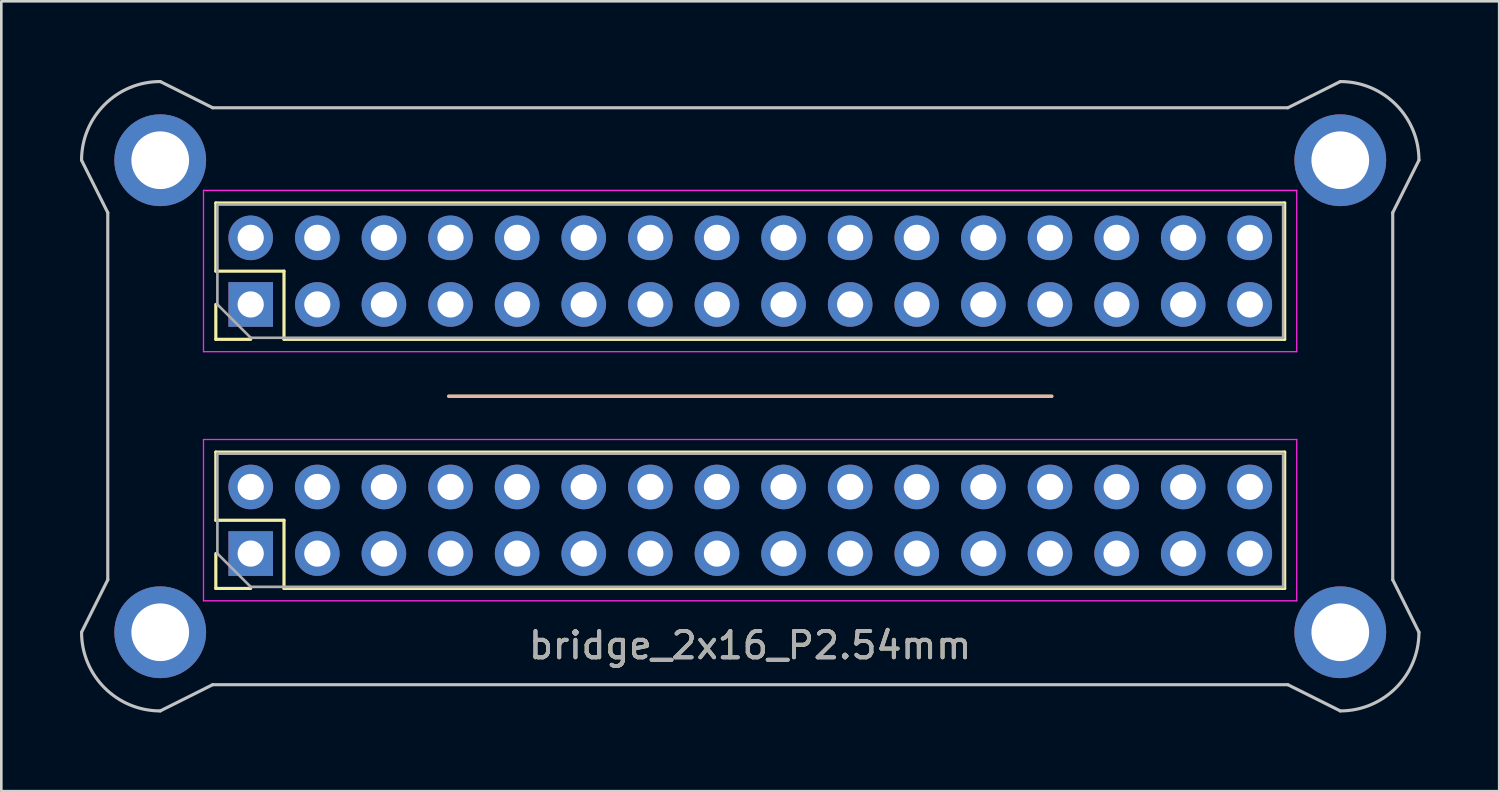
<source format=kicad_pcb>
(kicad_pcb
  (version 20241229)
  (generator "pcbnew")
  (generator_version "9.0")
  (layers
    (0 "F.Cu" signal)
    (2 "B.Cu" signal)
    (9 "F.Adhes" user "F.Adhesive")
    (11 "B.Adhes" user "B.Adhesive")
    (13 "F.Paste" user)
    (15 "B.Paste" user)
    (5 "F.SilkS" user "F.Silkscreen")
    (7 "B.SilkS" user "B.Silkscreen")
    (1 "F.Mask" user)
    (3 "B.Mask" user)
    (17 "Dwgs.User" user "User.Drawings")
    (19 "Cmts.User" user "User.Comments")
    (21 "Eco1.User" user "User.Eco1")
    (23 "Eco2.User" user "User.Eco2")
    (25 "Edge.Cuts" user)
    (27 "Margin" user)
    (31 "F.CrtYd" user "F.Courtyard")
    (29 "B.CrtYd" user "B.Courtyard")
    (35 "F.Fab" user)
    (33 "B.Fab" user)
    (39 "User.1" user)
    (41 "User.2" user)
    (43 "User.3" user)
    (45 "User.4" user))
  (footprint "bridge_2x16_P2.54mm"
    (layer "F.Cu")
    (at 25.56 12.06)
    (property "Reference" "bridge_2x16_P2.54mm" (at 0 9.5 0) (layer "F.SilkS") (effects (font (size 1 1) (thickness 0.15))))
    (attr through_hole)
    (fp_line (start -20.38 -7.37) (end 20.38 -7.37) (stroke (width 0.12) (type solid)) (layer "F.SilkS"))
    (fp_line (start -20.38 -4.77) (end -20.38 -7.37) (stroke (width 0.12) (type solid)) (layer "F.SilkS"))
    (fp_line (start -20.38 -2.17) (end -20.38 -3.5) (stroke (width 0.12) (type solid)) (layer "F.SilkS"))
    (fp_line (start -20.38 2.13) (end 20.38 2.13) (stroke (width 0.12) (type solid)) (layer "F.SilkS"))
    (fp_line (start -20.38 4.73) (end -20.38 2.13) (stroke (width 0.12) (type solid)) (layer "F.SilkS"))
    (fp_line (start -20.38 7.33) (end -20.38 6) (stroke (width 0.12) (type solid)) (layer "F.SilkS"))
    (fp_line (start -19.05 -2.17) (end -20.38 -2.17) (stroke (width 0.12) (type solid)) (layer "F.SilkS"))
    (fp_line (start -19.05 7.33) (end -20.38 7.33) (stroke (width 0.12) (type solid)) (layer "F.SilkS"))
    (fp_line (start -17.78 -4.77) (end -20.38 -4.77) (stroke (width 0.12) (type solid)) (layer "F.SilkS"))
    (fp_line (start -17.78 -2.17) (end -17.78 -4.77) (stroke (width 0.12) (type solid)) (layer "F.SilkS"))
    (fp_line (start -17.78 -2.17) (end 20.38 -2.17) (stroke (width 0.12) (type solid)) (layer "F.SilkS"))
    (fp_line (start -17.78 4.73) (end -20.38 4.73) (stroke (width 0.12) (type solid)) (layer "F.SilkS"))
    (fp_line (start -17.78 7.33) (end -17.78 4.73) (stroke (width 0.12) (type solid)) (layer "F.SilkS"))
    (fp_line (start -17.78 7.33) (end 20.38 7.33) (stroke (width 0.12) (type solid)) (layer "F.SilkS"))
    (fp_line (start -11.5 0) (end 11.5 0) (stroke (width 0.12) (type solid)) (layer "F.SilkS"))
    (fp_line (start 20.38 -2.17) (end 20.38 -7.37) (stroke (width 0.12) (type solid)) (layer "F.SilkS"))
    (fp_line (start 20.38 7.33) (end 20.38 2.13) (stroke (width 0.12) (type solid)) (layer "F.SilkS"))
    (fp_line (start -11.5 0) (end 11.5 0) (stroke (width 0.12) (type solid)) (layer "B.SilkS"))
    (fp_line (start -25.5 9) (end -24.5 7) (stroke (width 0.12) (type solid)) (layer "Dwgs.User"))
    (fp_line (start -24.5 -7) (end -25.5 -9) (stroke (width 0.12) (type solid)) (layer "Dwgs.User"))
    (fp_line (start -24.5 7) (end -24.5 -7) (stroke (width 0.12) (type solid)) (layer "Dwgs.User"))
    (fp_line (start -22.5 12) (end -20.5 11) (stroke (width 0.12) (type solid)) (layer "Dwgs.User"))
    (fp_line (start -20.5 -11) (end -22.5 -12) (stroke (width 0.12) (type solid)) (layer "Dwgs.User"))
    (fp_line (start -20.5 -11) (end 20.5 -11) (stroke (width 0.12) (type solid)) (layer "Dwgs.User"))
    (fp_line (start -20.5 11) (end 20.5 11) (stroke (width 0.12) (type solid)) (layer "Dwgs.User"))
    (fp_line (start 20.5 -11) (end 22.5 -12) (stroke (width 0.12) (type solid)) (layer "Dwgs.User"))
    (fp_line (start 20.5 11) (end 22.5 12) (stroke (width 0.12) (type solid)) (layer "Dwgs.User"))
    (fp_line (start 24.5 -7) (end 25.5 -9) (stroke (width 0.12) (type solid)) (layer "Dwgs.User"))
    (fp_line (start 24.5 7) (end 24.5 -7) (stroke (width 0.12) (type solid)) (layer "Dwgs.User"))
    (fp_line (start 24.5 7) (end 25.5 9) (stroke (width 0.12) (type solid)) (layer "Dwgs.User"))
    (fp_arc (start -25.5 -9) (mid -24.62132 -11.12132) (end -22.5 -12) (stroke (width 0.12) (type solid)) (layer "Dwgs.User"))
    (fp_arc (start -22.5 12) (mid -24.62132 11.12132) (end -25.5 9) (stroke (width 0.12) (type solid)) (layer "Dwgs.User"))
    (fp_arc (start 22.5 -12) (mid 24.62132 -11.12132) (end 25.5 -9) (stroke (width 0.12) (type solid)) (layer "Dwgs.User"))
    (fp_arc (start 25.5 9) (mid 24.62132 11.12132) (end 22.5 12) (stroke (width 0.12) (type solid)) (layer "Dwgs.User"))
    (fp_line (start -20.85 -7.85) (end -20.85 -1.7) (stroke (width 0.05) (type solid)) (layer "F.CrtYd"))
    (fp_line (start -20.85 -1.7) (end 20.84 -1.7) (stroke (width 0.05) (type solid)) (layer "F.CrtYd"))
    (fp_line (start -20.85 1.65) (end -20.85 7.8) (stroke (width 0.05) (type solid)) (layer "F.CrtYd"))
    (fp_line (start -20.85 7.8) (end 20.84 7.8) (stroke (width 0.05) (type solid)) (layer "F.CrtYd"))
    (fp_line (start 20.84 -7.85) (end -20.85 -7.85) (stroke (width 0.05) (type solid)) (layer "F.CrtYd"))
    (fp_line (start 20.84 -1.7) (end 20.84 -7.85) (stroke (width 0.05) (type solid)) (layer "F.CrtYd"))
    (fp_line (start 20.84 1.65) (end -20.85 1.65) (stroke (width 0.05) (type solid)) (layer "F.CrtYd"))
    (fp_line (start 20.84 7.8) (end 20.84 1.65) (stroke (width 0.05) (type solid)) (layer "F.CrtYd"))
    (fp_line (start -20.32 -7.31) (end 20.32 -7.31) (stroke (width 0.1) (type solid)) (layer "F.Fab"))
    (fp_line (start -20.32 -3.5) (end -20.32 -7.31) (stroke (width 0.1) (type solid)) (layer "F.Fab"))
    (fp_line (start -20.32 2.19) (end 20.32 2.19) (stroke (width 0.1) (type solid)) (layer "F.Fab"))
    (fp_line (start -20.32 6) (end -20.32 2.19) (stroke (width 0.1) (type solid)) (layer "F.Fab"))
    (fp_line (start -19.05 -2.23) (end -20.32 -3.5) (stroke (width 0.1) (type solid)) (layer "F.Fab"))
    (fp_line (start -19.05 7.27) (end -20.32 6) (stroke (width 0.1) (type solid)) (layer "F.Fab"))
    (fp_line (start 20.32 -7.31) (end 20.32 -2.23) (stroke (width 0.1) (type solid)) (layer "F.Fab"))
    (fp_line (start 20.32 -2.23) (end -19.05 -2.23) (stroke (width 0.1) (type solid)) (layer "F.Fab"))
    (fp_line (start 20.32 2.19) (end 20.32 7.27) (stroke (width 0.1) (type solid)) (layer "F.Fab"))
    (fp_line (start 20.32 7.27) (end -19.05 7.27) (stroke (width 0.1) (type solid)) (layer "F.Fab"))
    (fp_text user "${REFERENCE}" (at 0 9.5 180) (layer "F.Fab") (effects (font (size 1 1) (thickness 0.15))))
    (pad "" thru_hole circle (at -22.5 -9 90) (size 3.5 3.5) (drill 2.2) (layers "*.Cu" "*.Mask"))
    (pad "" thru_hole circle (at -22.5 9 90) (size 3.5 3.5) (drill 2.2) (layers "*.Cu" "*.Mask"))
    (pad "" thru_hole circle (at 22.5 -9 90) (size 3.5 3.5) (drill 2.2) (layers "*.Cu" "*.Mask"))
    (pad "" thru_hole circle (at 22.5 9 90) (size 3.5 3.5) (drill 2.2) (layers "*.Cu" "*.Mask"))
    (pad "1" thru_hole rect (at -19.05 -3.5 90) (size 1.7 1.7) (drill 1) (layers "*.Cu" "*.Mask"))
    (pad "1" thru_hole rect (at -19.05 6 90) (size 1.7 1.7) (drill 1) (layers "*.Cu" "*.Mask"))
    (pad "2" thru_hole oval (at -19.05 -6.04 90) (size 1.7 1.7) (drill 1) (layers "*.Cu" "*.Mask"))
    (pad "2" thru_hole oval (at -19.05 3.46 90) (size 1.7 1.7) (drill 1) (layers "*.Cu" "*.Mask"))
    (pad "3" thru_hole oval (at -16.51 -3.5 90) (size 1.7 1.7) (drill 1) (layers "*.Cu" "*.Mask"))
    (pad "3" thru_hole oval (at -16.51 6 90) (size 1.7 1.7) (drill 1) (layers "*.Cu" "*.Mask"))
    (pad "4" thru_hole oval (at -16.51 -6.04 90) (size 1.7 1.7) (drill 1) (layers "*.Cu" "*.Mask"))
    (pad "4" thru_hole oval (at -16.51 3.46 90) (size 1.7 1.7) (drill 1) (layers "*.Cu" "*.Mask"))
    (pad "5" thru_hole oval (at -13.97 -3.5 90) (size 1.7 1.7) (drill 1) (layers "*.Cu" "*.Mask"))
    (pad "5" thru_hole oval (at -13.97 6 90) (size 1.7 1.7) (drill 1) (layers "*.Cu" "*.Mask"))
    (pad "6" thru_hole oval (at -13.97 -6.04 90) (size 1.7 1.7) (drill 1) (layers "*.Cu" "*.Mask"))
    (pad "6" thru_hole oval (at -13.97 3.46 90) (size 1.7 1.7) (drill 1) (layers "*.Cu" "*.Mask"))
    (pad "7" thru_hole oval (at -11.43 -3.5 90) (size 1.7 1.7) (drill 1) (layers "*.Cu" "*.Mask"))
    (pad "7" thru_hole oval (at -11.43 6 90) (size 1.7 1.7) (drill 1) (layers "*.Cu" "*.Mask"))
    (pad "8" thru_hole oval (at -11.43 -6.04 90) (size 1.7 1.7) (drill 1) (layers "*.Cu" "*.Mask"))
    (pad "8" thru_hole oval (at -11.43 3.46 90) (size 1.7 1.7) (drill 1) (layers "*.Cu" "*.Mask"))
    (pad "9" thru_hole oval (at -8.89 -3.5 90) (size 1.7 1.7) (drill 1) (layers "*.Cu" "*.Mask"))
    (pad "9" thru_hole oval (at -8.89 6 90) (size 1.7 1.7) (drill 1) (layers "*.Cu" "*.Mask"))
    (pad "10" thru_hole oval (at -8.89 -6.04 90) (size 1.7 1.7) (drill 1) (layers "*.Cu" "*.Mask"))
    (pad "10" thru_hole oval (at -8.89 3.46 90) (size 1.7 1.7) (drill 1) (layers "*.Cu" "*.Mask"))
    (pad "11" thru_hole oval (at -6.35 -3.5 90) (size 1.7 1.7) (drill 1) (layers "*.Cu" "*.Mask"))
    (pad "11" thru_hole oval (at -6.35 6 90) (size 1.7 1.7) (drill 1) (layers "*.Cu" "*.Mask"))
    (pad "12" thru_hole oval (at -6.35 -6.04 90) (size 1.7 1.7) (drill 1) (layers "*.Cu" "*.Mask"))
    (pad "12" thru_hole oval (at -6.35 3.46 90) (size 1.7 1.7) (drill 1) (layers "*.Cu" "*.Mask"))
    (pad "13" thru_hole oval (at -3.81 -3.5 90) (size 1.7 1.7) (drill 1) (layers "*.Cu" "*.Mask"))
    (pad "13" thru_hole oval (at -3.81 6 90) (size 1.7 1.7) (drill 1) (layers "*.Cu" "*.Mask"))
    (pad "14" thru_hole oval (at -3.81 -6.04 90) (size 1.7 1.7) (drill 1) (layers "*.Cu" "*.Mask"))
    (pad "14" thru_hole oval (at -3.81 3.46 90) (size 1.7 1.7) (drill 1) (layers "*.Cu" "*.Mask"))
    (pad "15" thru_hole oval (at -1.27 -3.5 90) (size 1.7 1.7) (drill 1) (layers "*.Cu" "*.Mask"))
    (pad "15" thru_hole oval (at -1.27 6 90) (size 1.7 1.7) (drill 1) (layers "*.Cu" "*.Mask"))
    (pad "16" thru_hole oval (at -1.27 -6.04 90) (size 1.7 1.7) (drill 1) (layers "*.Cu" "*.Mask"))
    (pad "16" thru_hole oval (at -1.27 3.46 90) (size 1.7 1.7) (drill 1) (layers "*.Cu" "*.Mask"))
    (pad "17" thru_hole oval (at 1.27 -3.5 90) (size 1.7 1.7) (drill 1) (layers "*.Cu" "*.Mask"))
    (pad "17" thru_hole oval (at 1.27 6 90) (size 1.7 1.7) (drill 1) (layers "*.Cu" "*.Mask"))
    (pad "18" thru_hole oval (at 1.27 -6.04 90) (size 1.7 1.7) (drill 1) (layers "*.Cu" "*.Mask"))
    (pad "18" thru_hole oval (at 1.27 3.46 90) (size 1.7 1.7) (drill 1) (layers "*.Cu" "*.Mask"))
    (pad "19" thru_hole oval (at 3.81 -3.5 90) (size 1.7 1.7) (drill 1) (layers "*.Cu" "*.Mask"))
    (pad "19" thru_hole oval (at 3.81 6 90) (size 1.7 1.7) (drill 1) (layers "*.Cu" "*.Mask"))
    (pad "20" thru_hole oval (at 3.81 -6.04 90) (size 1.7 1.7) (drill 1) (layers "*.Cu" "*.Mask"))
    (pad "20" thru_hole oval (at 3.81 3.46 90) (size 1.7 1.7) (drill 1) (layers "*.Cu" "*.Mask"))
    (pad "21" thru_hole oval (at 6.35 -3.5 90) (size 1.7 1.7) (drill 1) (layers "*.Cu" "*.Mask"))
    (pad "21" thru_hole oval (at 6.35 6 90) (size 1.7 1.7) (drill 1) (layers "*.Cu" "*.Mask"))
    (pad "22" thru_hole oval (at 6.35 -6.04 90) (size 1.7 1.7) (drill 1) (layers "*.Cu" "*.Mask"))
    (pad "22" thru_hole oval (at 6.35 3.46 90) (size 1.7 1.7) (drill 1) (layers "*.Cu" "*.Mask"))
    (pad "23" thru_hole oval (at 8.89 -3.5 90) (size 1.7 1.7) (drill 1) (layers "*.Cu" "*.Mask"))
    (pad "23" thru_hole oval (at 8.89 6 90) (size 1.7 1.7) (drill 1) (layers "*.Cu" "*.Mask"))
    (pad "24" thru_hole oval (at 8.89 -6.04 90) (size 1.7 1.7) (drill 1) (layers "*.Cu" "*.Mask"))
    (pad "24" thru_hole oval (at 8.89 3.46 90) (size 1.7 1.7) (drill 1) (layers "*.Cu" "*.Mask"))
    (pad "25" thru_hole oval (at 11.43 -3.5 90) (size 1.7 1.7) (drill 1) (layers "*.Cu" "*.Mask"))
    (pad "25" thru_hole oval (at 11.43 6 90) (size 1.7 1.7) (drill 1) (layers "*.Cu" "*.Mask"))
    (pad "26" thru_hole oval (at 11.43 -6.04 90) (size 1.7 1.7) (drill 1) (layers "*.Cu" "*.Mask"))
    (pad "26" thru_hole oval (at 11.43 3.46 90) (size 1.7 1.7) (drill 1) (layers "*.Cu" "*.Mask"))
    (pad "27" thru_hole oval (at 13.97 -3.5 90) (size 1.7 1.7) (drill 1) (layers "*.Cu" "*.Mask"))
    (pad "27" thru_hole oval (at 13.97 6 90) (size 1.7 1.7) (drill 1) (layers "*.Cu" "*.Mask"))
    (pad "28" thru_hole oval (at 13.97 -6.04 90) (size 1.7 1.7) (drill 1) (layers "*.Cu" "*.Mask"))
    (pad "28" thru_hole oval (at 13.97 3.46 90) (size 1.7 1.7) (drill 1) (layers "*.Cu" "*.Mask"))
    (pad "29" thru_hole oval (at 16.51 -3.5 90) (size 1.7 1.7) (drill 1) (layers "*.Cu" "*.Mask"))
    (pad "29" thru_hole oval (at 16.51 6 90) (size 1.7 1.7) (drill 1) (layers "*.Cu" "*.Mask"))
    (pad "30" thru_hole oval (at 16.51 -6.04 90) (size 1.7 1.7) (drill 1) (layers "*.Cu" "*.Mask"))
    (pad "30" thru_hole oval (at 16.51 3.46 90) (size 1.7 1.7) (drill 1) (layers "*.Cu" "*.Mask"))
    (pad "31" thru_hole oval (at 19.05 -3.5 90) (size 1.7 1.7) (drill 1) (layers "*.Cu" "*.Mask"))
    (pad "31" thru_hole oval (at 19.05 6 90) (size 1.7 1.7) (drill 1) (layers "*.Cu" "*.Mask"))
    (pad "32" thru_hole oval (at 19.05 -6.04 90) (size 1.7 1.7) (drill 1) (layers "*.Cu" "*.Mask"))
    (pad "32" thru_hole oval (at 19.05 3.46 90) (size 1.7 1.7) (drill 1) (layers "*.Cu" "*.Mask")))
  (gr_rect
    (start -3 -3)
    (end 54.12 27.12)
    (stroke (width 0.1) (type default))
    (fill no)
    (layer "Edge.Cuts")))
</source>
